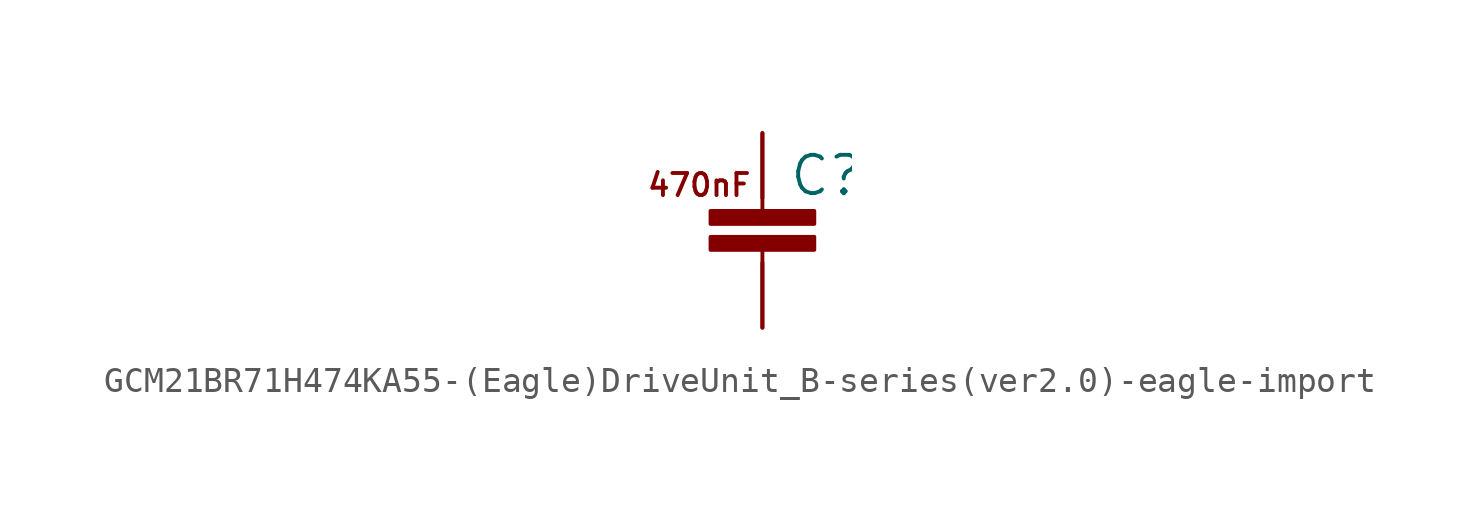
<source format=kicad_sym>
(kicad_symbol_lib
  (version 20220914)
  (generator kicad_symbol_editor)
  (symbol "GCM21BR71H474KA55-(Eagle)DriveUnit_B-series(ver2.0)-eagle-import"
    (pin_names
      (offset 1.016))
    (property "Reference" "C"
      (at 1.016 0 0)
      (effects (font (size 1.499 1.499)) (justify left bottom)))
    (property "ki_locked" ""
      (at 0 0 0)
      (effects (font (size 1.27 1.27))))
    (symbol "GCM21BR71H474KA55-(Eagle)DriveUnit_B-series(ver2.0)-eagle-import_1_0"
      (rectangle (start -2.032 -2.032) (end 2.032 -1.524) (stroke (width 0) (type solid)) (fill (type outline)))
      (rectangle (start -2.032 -1.016) (end 2.032 -0.508) (stroke (width 0) (type solid)) (fill (type outline)))
      (polyline (pts (xy 0 -5.08) (xy 0 -2.032)) (stroke (width 0) (type solid)) (fill (type none)))
      (polyline (pts (xy 0 -0.508) (xy 0 2.54)) (stroke (width 0) (type solid)) (fill (type none)))
      (text "470nF" (at -4.572 0 0) (effects (font (size 0.864 0.864)) (justify left bottom)))
      (pin bidirectional line (at 0 2.54 270) (length 2.54) (name "P$1" (effects (font (size 0 0)))) (number "P$1" (effects (font (size 0 0)))))
      (pin bidirectional line (at 0 -5.08 90) (length 2.54) (name "P$2" (effects (font (size 0 0)))) (number "P$2" (effects (font (size 0 0))))))))
</source>
